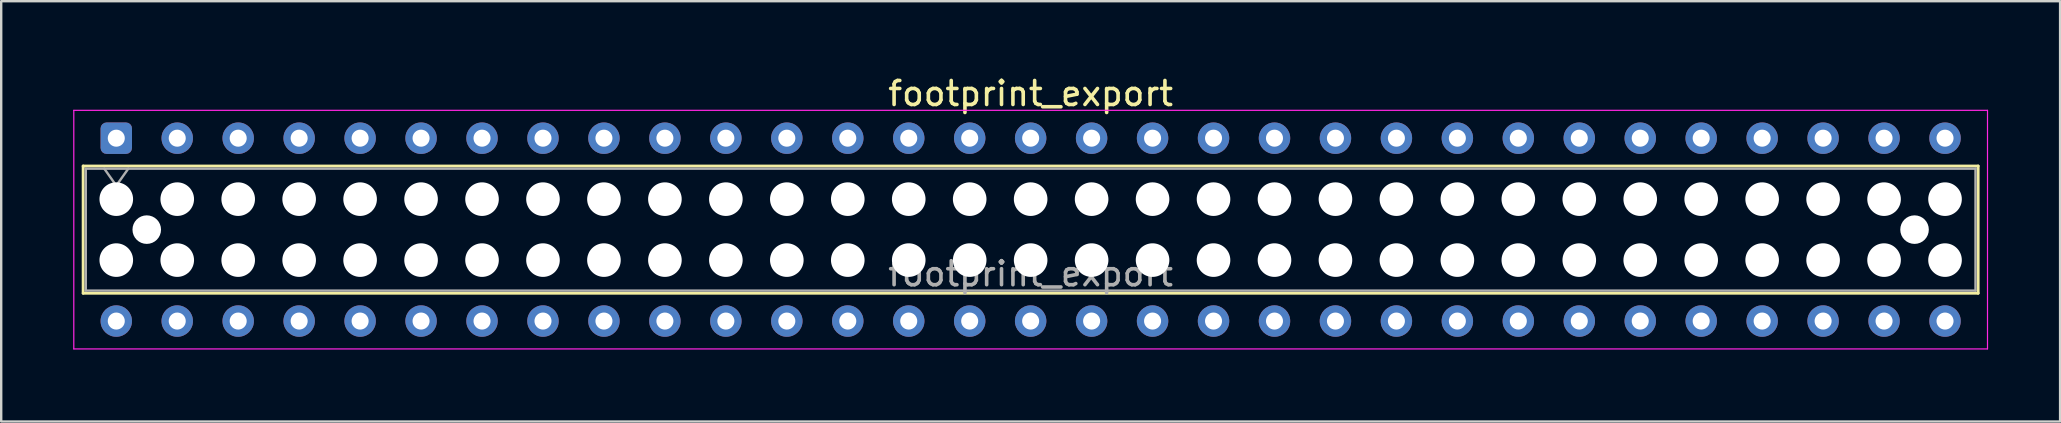
<source format=kicad_pcb>
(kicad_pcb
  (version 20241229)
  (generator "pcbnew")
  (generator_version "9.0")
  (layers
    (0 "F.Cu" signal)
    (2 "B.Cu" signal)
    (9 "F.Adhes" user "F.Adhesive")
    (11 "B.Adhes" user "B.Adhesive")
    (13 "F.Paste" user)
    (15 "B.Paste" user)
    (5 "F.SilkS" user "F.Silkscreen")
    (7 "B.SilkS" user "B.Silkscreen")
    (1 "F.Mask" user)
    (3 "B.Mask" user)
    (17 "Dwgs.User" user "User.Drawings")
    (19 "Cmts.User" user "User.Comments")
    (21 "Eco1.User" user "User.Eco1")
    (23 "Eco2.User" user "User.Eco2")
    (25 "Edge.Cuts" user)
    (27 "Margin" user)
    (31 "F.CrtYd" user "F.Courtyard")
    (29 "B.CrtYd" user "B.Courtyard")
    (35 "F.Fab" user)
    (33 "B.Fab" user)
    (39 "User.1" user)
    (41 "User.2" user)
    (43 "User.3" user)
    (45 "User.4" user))
  (footprint "footprint_export"
    (layer "F.Cu")
    (at 1.795 2.708)
    (property "Reference" "footprint_export" (at 38.1 -1.86 0) (layer "F.SilkS") (effects (font (size 1 1) (thickness 0.15))))
    (attr through_hole)
    (fp_line (start -1.38 1.16) (end 77.58 1.16) (stroke (width 0.12) (type solid)) (layer "F.SilkS"))
    (fp_line (start -1.38 6.46) (end -1.38 1.16) (stroke (width 0.12) (type solid)) (layer "F.SilkS"))
    (fp_line (start 77.58 1.16) (end 77.58 6.46) (stroke (width 0.12) (type solid)) (layer "F.SilkS"))
    (fp_line (start 77.58 6.46) (end -1.38 6.46) (stroke (width 0.12) (type solid)) (layer "F.SilkS"))
    (fp_line (start -1.77 -1.16) (end 77.97 -1.16) (stroke (width 0.05) (type solid)) (layer "F.CrtYd"))
    (fp_line (start -1.77 8.78) (end -1.77 -1.16) (stroke (width 0.05) (type solid)) (layer "F.CrtYd"))
    (fp_line (start 77.97 -1.16) (end 77.97 8.78) (stroke (width 0.05) (type solid)) (layer "F.CrtYd"))
    (fp_line (start 77.97 8.78) (end -1.77 8.78) (stroke (width 0.05) (type solid)) (layer "F.CrtYd"))
    (fp_line (start -1.27 1.27) (end 77.47 1.27) (stroke (width 0.1) (type solid)) (layer "F.Fab"))
    (fp_line (start -1.27 6.35) (end -1.27 1.27) (stroke (width 0.1) (type solid)) (layer "F.Fab"))
    (fp_line (start -0.5 1.27) (end 0 1.977) (stroke (width 0.1) (type solid)) (layer "F.Fab"))
    (fp_line (start 0 1.977) (end 0.5 1.27) (stroke (width 0.1) (type solid)) (layer "F.Fab"))
    (fp_line (start 77.47 1.27) (end 77.47 6.35) (stroke (width 0.1) (type solid)) (layer "F.Fab"))
    (fp_line (start 77.47 6.35) (end -1.27 6.35) (stroke (width 0.1) (type solid)) (layer "F.Fab"))
    (fp_text user "${REFERENCE}" (at 38.1 5.65 0) (layer "F.Fab") (effects (font (size 1 1) (thickness 0.15))))
    (pad "" np_thru_hole circle (at 0 2.54) (size 1.4 1.4) (drill 1.4) (layers "*.Cu" "*.Mask"))
    (pad "" np_thru_hole circle (at 0 5.08) (size 1.4 1.4) (drill 1.4) (layers "*.Cu" "*.Mask"))
    (pad "" np_thru_hole circle (at 1.27 3.81) (size 1.19 1.19) (drill 1.19) (layers "*.Cu" "*.Mask"))
    (pad "" np_thru_hole circle (at 2.54 2.54) (size 1.4 1.4) (drill 1.4) (layers "*.Cu" "*.Mask"))
    (pad "" np_thru_hole circle (at 2.54 5.08) (size 1.4 1.4) (drill 1.4) (layers "*.Cu" "*.Mask"))
    (pad "" np_thru_hole circle (at 5.08 2.54) (size 1.4 1.4) (drill 1.4) (layers "*.Cu" "*.Mask"))
    (pad "" np_thru_hole circle (at 5.08 5.08) (size 1.4 1.4) (drill 1.4) (layers "*.Cu" "*.Mask"))
    (pad "" np_thru_hole circle (at 7.62 2.54) (size 1.4 1.4) (drill 1.4) (layers "*.Cu" "*.Mask"))
    (pad "" np_thru_hole circle (at 7.62 5.08) (size 1.4 1.4) (drill 1.4) (layers "*.Cu" "*.Mask"))
    (pad "" np_thru_hole circle (at 10.16 2.54) (size 1.4 1.4) (drill 1.4) (layers "*.Cu" "*.Mask"))
    (pad "" np_thru_hole circle (at 10.16 5.08) (size 1.4 1.4) (drill 1.4) (layers "*.Cu" "*.Mask"))
    (pad "" np_thru_hole circle (at 12.7 2.54) (size 1.4 1.4) (drill 1.4) (layers "*.Cu" "*.Mask"))
    (pad "" np_thru_hole circle (at 12.7 5.08) (size 1.4 1.4) (drill 1.4) (layers "*.Cu" "*.Mask"))
    (pad "" np_thru_hole circle (at 15.24 2.54) (size 1.4 1.4) (drill 1.4) (layers "*.Cu" "*.Mask"))
    (pad "" np_thru_hole circle (at 15.24 5.08) (size 1.4 1.4) (drill 1.4) (layers "*.Cu" "*.Mask"))
    (pad "" np_thru_hole circle (at 17.78 2.54) (size 1.4 1.4) (drill 1.4) (layers "*.Cu" "*.Mask"))
    (pad "" np_thru_hole circle (at 17.78 5.08) (size 1.4 1.4) (drill 1.4) (layers "*.Cu" "*.Mask"))
    (pad "" np_thru_hole circle (at 20.32 2.54) (size 1.4 1.4) (drill 1.4) (layers "*.Cu" "*.Mask"))
    (pad "" np_thru_hole circle (at 20.32 5.08) (size 1.4 1.4) (drill 1.4) (layers "*.Cu" "*.Mask"))
    (pad "" np_thru_hole circle (at 22.86 2.54) (size 1.4 1.4) (drill 1.4) (layers "*.Cu" "*.Mask"))
    (pad "" np_thru_hole circle (at 22.86 5.08) (size 1.4 1.4) (drill 1.4) (layers "*.Cu" "*.Mask"))
    (pad "" np_thru_hole circle (at 25.4 2.54) (size 1.4 1.4) (drill 1.4) (layers "*.Cu" "*.Mask"))
    (pad "" np_thru_hole circle (at 25.4 5.08) (size 1.4 1.4) (drill 1.4) (layers "*.Cu" "*.Mask"))
    (pad "" np_thru_hole circle (at 27.94 2.54) (size 1.4 1.4) (drill 1.4) (layers "*.Cu" "*.Mask"))
    (pad "" np_thru_hole circle (at 27.94 5.08) (size 1.4 1.4) (drill 1.4) (layers "*.Cu" "*.Mask"))
    (pad "" np_thru_hole circle (at 30.48 2.54) (size 1.4 1.4) (drill 1.4) (layers "*.Cu" "*.Mask"))
    (pad "" np_thru_hole circle (at 30.48 5.08) (size 1.4 1.4) (drill 1.4) (layers "*.Cu" "*.Mask"))
    (pad "" np_thru_hole circle (at 33.02 2.54) (size 1.4 1.4) (drill 1.4) (layers "*.Cu" "*.Mask"))
    (pad "" np_thru_hole circle (at 33.02 5.08) (size 1.4 1.4) (drill 1.4) (layers "*.Cu" "*.Mask"))
    (pad "" np_thru_hole circle (at 35.56 2.54) (size 1.4 1.4) (drill 1.4) (layers "*.Cu" "*.Mask"))
    (pad "" np_thru_hole circle (at 35.56 5.08) (size 1.4 1.4) (drill 1.4) (layers "*.Cu" "*.Mask"))
    (pad "" np_thru_hole circle (at 38.1 2.54) (size 1.4 1.4) (drill 1.4) (layers "*.Cu" "*.Mask"))
    (pad "" np_thru_hole circle (at 38.1 5.08) (size 1.4 1.4) (drill 1.4) (layers "*.Cu" "*.Mask"))
    (pad "" np_thru_hole circle (at 40.64 2.54) (size 1.4 1.4) (drill 1.4) (layers "*.Cu" "*.Mask"))
    (pad "" np_thru_hole circle (at 40.64 5.08) (size 1.4 1.4) (drill 1.4) (layers "*.Cu" "*.Mask"))
    (pad "" np_thru_hole circle (at 43.18 2.54) (size 1.4 1.4) (drill 1.4) (layers "*.Cu" "*.Mask"))
    (pad "" np_thru_hole circle (at 43.18 5.08) (size 1.4 1.4) (drill 1.4) (layers "*.Cu" "*.Mask"))
    (pad "" np_thru_hole circle (at 45.72 2.54) (size 1.4 1.4) (drill 1.4) (layers "*.Cu" "*.Mask"))
    (pad "" np_thru_hole circle (at 45.72 5.08) (size 1.4 1.4) (drill 1.4) (layers "*.Cu" "*.Mask"))
    (pad "" np_thru_hole circle (at 48.26 2.54) (size 1.4 1.4) (drill 1.4) (layers "*.Cu" "*.Mask"))
    (pad "" np_thru_hole circle (at 48.26 5.08) (size 1.4 1.4) (drill 1.4) (layers "*.Cu" "*.Mask"))
    (pad "" np_thru_hole circle (at 50.8 2.54) (size 1.4 1.4) (drill 1.4) (layers "*.Cu" "*.Mask"))
    (pad "" np_thru_hole circle (at 50.8 5.08) (size 1.4 1.4) (drill 1.4) (layers "*.Cu" "*.Mask"))
    (pad "" np_thru_hole circle (at 53.34 2.54) (size 1.4 1.4) (drill 1.4) (layers "*.Cu" "*.Mask"))
    (pad "" np_thru_hole circle (at 53.34 5.08) (size 1.4 1.4) (drill 1.4) (layers "*.Cu" "*.Mask"))
    (pad "" np_thru_hole circle (at 55.88 2.54) (size 1.4 1.4) (drill 1.4) (layers "*.Cu" "*.Mask"))
    (pad "" np_thru_hole circle (at 55.88 5.08) (size 1.4 1.4) (drill 1.4) (layers "*.Cu" "*.Mask"))
    (pad "" np_thru_hole circle (at 58.42 2.54) (size 1.4 1.4) (drill 1.4) (layers "*.Cu" "*.Mask"))
    (pad "" np_thru_hole circle (at 58.42 5.08) (size 1.4 1.4) (drill 1.4) (layers "*.Cu" "*.Mask"))
    (pad "" np_thru_hole circle (at 60.96 2.54) (size 1.4 1.4) (drill 1.4) (layers "*.Cu" "*.Mask"))
    (pad "" np_thru_hole circle (at 60.96 5.08) (size 1.4 1.4) (drill 1.4) (layers "*.Cu" "*.Mask"))
    (pad "" np_thru_hole circle (at 63.5 2.54) (size 1.4 1.4) (drill 1.4) (layers "*.Cu" "*.Mask"))
    (pad "" np_thru_hole circle (at 63.5 5.08) (size 1.4 1.4) (drill 1.4) (layers "*.Cu" "*.Mask"))
    (pad "" np_thru_hole circle (at 66.04 2.54) (size 1.4 1.4) (drill 1.4) (layers "*.Cu" "*.Mask"))
    (pad "" np_thru_hole circle (at 66.04 5.08) (size 1.4 1.4) (drill 1.4) (layers "*.Cu" "*.Mask"))
    (pad "" np_thru_hole circle (at 68.58 2.54) (size 1.4 1.4) (drill 1.4) (layers "*.Cu" "*.Mask"))
    (pad "" np_thru_hole circle (at 68.58 5.08) (size 1.4 1.4) (drill 1.4) (layers "*.Cu" "*.Mask"))
    (pad "" np_thru_hole circle (at 71.12 2.54) (size 1.4 1.4) (drill 1.4) (layers "*.Cu" "*.Mask"))
    (pad "" np_thru_hole circle (at 71.12 5.08) (size 1.4 1.4) (drill 1.4) (layers "*.Cu" "*.Mask"))
    (pad "" np_thru_hole circle (at 73.66 2.54) (size 1.4 1.4) (drill 1.4) (layers "*.Cu" "*.Mask"))
    (pad "" np_thru_hole circle (at 73.66 5.08) (size 1.4 1.4) (drill 1.4) (layers "*.Cu" "*.Mask"))
    (pad "" np_thru_hole circle (at 74.93 3.81) (size 1.19 1.19) (drill 1.19) (layers "*.Cu" "*.Mask"))
    (pad "" np_thru_hole circle (at 76.2 2.54) (size 1.4 1.4) (drill 1.4) (layers "*.Cu" "*.Mask"))
    (pad "" np_thru_hole circle (at 76.2 5.08) (size 1.4 1.4) (drill 1.4) (layers "*.Cu" "*.Mask"))
    (pad "1" thru_hole roundrect (at 0 0) (size 1.31 1.31) (drill 0.71) (layers "*.Cu" "*.Mask") (roundrect_rratio 0.191))
    (pad "2" thru_hole circle (at 0 7.62) (size 1.31 1.31) (drill 0.71) (layers "*.Cu" "*.Mask"))
    (pad "3" thru_hole circle (at 2.54 0) (size 1.31 1.31) (drill 0.71) (layers "*.Cu" "*.Mask"))
    (pad "4" thru_hole circle (at 2.54 7.62) (size 1.31 1.31) (drill 0.71) (layers "*.Cu" "*.Mask"))
    (pad "5" thru_hole circle (at 5.08 0) (size 1.31 1.31) (drill 0.71) (layers "*.Cu" "*.Mask"))
    (pad "6" thru_hole circle (at 5.08 7.62) (size 1.31 1.31) (drill 0.71) (layers "*.Cu" "*.Mask"))
    (pad "7" thru_hole circle (at 7.62 0) (size 1.31 1.31) (drill 0.71) (layers "*.Cu" "*.Mask"))
    (pad "8" thru_hole circle (at 7.62 7.62) (size 1.31 1.31) (drill 0.71) (layers "*.Cu" "*.Mask"))
    (pad "9" thru_hole circle (at 10.16 0) (size 1.31 1.31) (drill 0.71) (layers "*.Cu" "*.Mask"))
    (pad "10" thru_hole circle (at 10.16 7.62) (size 1.31 1.31) (drill 0.71) (layers "*.Cu" "*.Mask"))
    (pad "11" thru_hole circle (at 12.7 0) (size 1.31 1.31) (drill 0.71) (layers "*.Cu" "*.Mask"))
    (pad "12" thru_hole circle (at 12.7 7.62) (size 1.31 1.31) (drill 0.71) (layers "*.Cu" "*.Mask"))
    (pad "13" thru_hole circle (at 15.24 0) (size 1.31 1.31) (drill 0.71) (layers "*.Cu" "*.Mask"))
    (pad "14" thru_hole circle (at 15.24 7.62) (size 1.31 1.31) (drill 0.71) (layers "*.Cu" "*.Mask"))
    (pad "15" thru_hole circle (at 17.78 0) (size 1.31 1.31) (drill 0.71) (layers "*.Cu" "*.Mask"))
    (pad "16" thru_hole circle (at 17.78 7.62) (size 1.31 1.31) (drill 0.71) (layers "*.Cu" "*.Mask"))
    (pad "17" thru_hole circle (at 20.32 0) (size 1.31 1.31) (drill 0.71) (layers "*.Cu" "*.Mask"))
    (pad "18" thru_hole circle (at 20.32 7.62) (size 1.31 1.31) (drill 0.71) (layers "*.Cu" "*.Mask"))
    (pad "19" thru_hole circle (at 22.86 0) (size 1.31 1.31) (drill 0.71) (layers "*.Cu" "*.Mask"))
    (pad "20" thru_hole circle (at 22.86 7.62) (size 1.31 1.31) (drill 0.71) (layers "*.Cu" "*.Mask"))
    (pad "21" thru_hole circle (at 25.4 0) (size 1.31 1.31) (drill 0.71) (layers "*.Cu" "*.Mask"))
    (pad "22" thru_hole circle (at 25.4 7.62) (size 1.31 1.31) (drill 0.71) (layers "*.Cu" "*.Mask"))
    (pad "23" thru_hole circle (at 27.94 0) (size 1.31 1.31) (drill 0.71) (layers "*.Cu" "*.Mask"))
    (pad "24" thru_hole circle (at 27.94 7.62) (size 1.31 1.31) (drill 0.71) (layers "*.Cu" "*.Mask"))
    (pad "25" thru_hole circle (at 30.48 0) (size 1.31 1.31) (drill 0.71) (layers "*.Cu" "*.Mask"))
    (pad "26" thru_hole circle (at 30.48 7.62) (size 1.31 1.31) (drill 0.71) (layers "*.Cu" "*.Mask"))
    (pad "27" thru_hole circle (at 33.02 0) (size 1.31 1.31) (drill 0.71) (layers "*.Cu" "*.Mask"))
    (pad "28" thru_hole circle (at 33.02 7.62) (size 1.31 1.31) (drill 0.71) (layers "*.Cu" "*.Mask"))
    (pad "29" thru_hole circle (at 35.56 0) (size 1.31 1.31) (drill 0.71) (layers "*.Cu" "*.Mask"))
    (pad "30" thru_hole circle (at 35.56 7.62) (size 1.31 1.31) (drill 0.71) (layers "*.Cu" "*.Mask"))
    (pad "31" thru_hole circle (at 38.1 0) (size 1.31 1.31) (drill 0.71) (layers "*.Cu" "*.Mask"))
    (pad "32" thru_hole circle (at 38.1 7.62) (size 1.31 1.31) (drill 0.71) (layers "*.Cu" "*.Mask"))
    (pad "33" thru_hole circle (at 40.64 0) (size 1.31 1.31) (drill 0.71) (layers "*.Cu" "*.Mask"))
    (pad "34" thru_hole circle (at 40.64 7.62) (size 1.31 1.31) (drill 0.71) (layers "*.Cu" "*.Mask"))
    (pad "35" thru_hole circle (at 43.18 0) (size 1.31 1.31) (drill 0.71) (layers "*.Cu" "*.Mask"))
    (pad "36" thru_hole circle (at 43.18 7.62) (size 1.31 1.31) (drill 0.71) (layers "*.Cu" "*.Mask"))
    (pad "37" thru_hole circle (at 45.72 0) (size 1.31 1.31) (drill 0.71) (layers "*.Cu" "*.Mask"))
    (pad "38" thru_hole circle (at 45.72 7.62) (size 1.31 1.31) (drill 0.71) (layers "*.Cu" "*.Mask"))
    (pad "39" thru_hole circle (at 48.26 0) (size 1.31 1.31) (drill 0.71) (layers "*.Cu" "*.Mask"))
    (pad "40" thru_hole circle (at 48.26 7.62) (size 1.31 1.31) (drill 0.71) (layers "*.Cu" "*.Mask"))
    (pad "41" thru_hole circle (at 50.8 0) (size 1.31 1.31) (drill 0.71) (layers "*.Cu" "*.Mask"))
    (pad "42" thru_hole circle (at 50.8 7.62) (size 1.31 1.31) (drill 0.71) (layers "*.Cu" "*.Mask"))
    (pad "43" thru_hole circle (at 53.34 0) (size 1.31 1.31) (drill 0.71) (layers "*.Cu" "*.Mask"))
    (pad "44" thru_hole circle (at 53.34 7.62) (size 1.31 1.31) (drill 0.71) (layers "*.Cu" "*.Mask"))
    (pad "45" thru_hole circle (at 55.88 0) (size 1.31 1.31) (drill 0.71) (layers "*.Cu" "*.Mask"))
    (pad "46" thru_hole circle (at 55.88 7.62) (size 1.31 1.31) (drill 0.71) (layers "*.Cu" "*.Mask"))
    (pad "47" thru_hole circle (at 58.42 0) (size 1.31 1.31) (drill 0.71) (layers "*.Cu" "*.Mask"))
    (pad "48" thru_hole circle (at 58.42 7.62) (size 1.31 1.31) (drill 0.71) (layers "*.Cu" "*.Mask"))
    (pad "49" thru_hole circle (at 60.96 0) (size 1.31 1.31) (drill 0.71) (layers "*.Cu" "*.Mask"))
    (pad "50" thru_hole circle (at 60.96 7.62) (size 1.31 1.31) (drill 0.71) (layers "*.Cu" "*.Mask"))
    (pad "51" thru_hole circle (at 63.5 0) (size 1.31 1.31) (drill 0.71) (layers "*.Cu" "*.Mask"))
    (pad "52" thru_hole circle (at 63.5 7.62) (size 1.31 1.31) (drill 0.71) (layers "*.Cu" "*.Mask"))
    (pad "53" thru_hole circle (at 66.04 0) (size 1.31 1.31) (drill 0.71) (layers "*.Cu" "*.Mask"))
    (pad "54" thru_hole circle (at 66.04 7.62) (size 1.31 1.31) (drill 0.71) (layers "*.Cu" "*.Mask"))
    (pad "55" thru_hole circle (at 68.58 0) (size 1.31 1.31) (drill 0.71) (layers "*.Cu" "*.Mask"))
    (pad "56" thru_hole circle (at 68.58 7.62) (size 1.31 1.31) (drill 0.71) (layers "*.Cu" "*.Mask"))
    (pad "57" thru_hole circle (at 71.12 0) (size 1.31 1.31) (drill 0.71) (layers "*.Cu" "*.Mask"))
    (pad "58" thru_hole circle (at 71.12 7.62) (size 1.31 1.31) (drill 0.71) (layers "*.Cu" "*.Mask"))
    (pad "59" thru_hole circle (at 73.66 0) (size 1.31 1.31) (drill 0.71) (layers "*.Cu" "*.Mask"))
    (pad "60" thru_hole circle (at 73.66 7.62) (size 1.31 1.31) (drill 0.71) (layers "*.Cu" "*.Mask"))
    (pad "61" thru_hole circle (at 76.2 0) (size 1.31 1.31) (drill 0.71) (layers "*.Cu" "*.Mask"))
    (pad "62" thru_hole circle (at 76.2 7.62) (size 1.31 1.31) (drill 0.71) (layers "*.Cu" "*.Mask")))
  (gr_rect
    (start -3 -3)
    (end 82.79 14.513)
    (stroke (width 0.1) (type default))
    (fill no)
    (layer "Edge.Cuts")))
</source>
